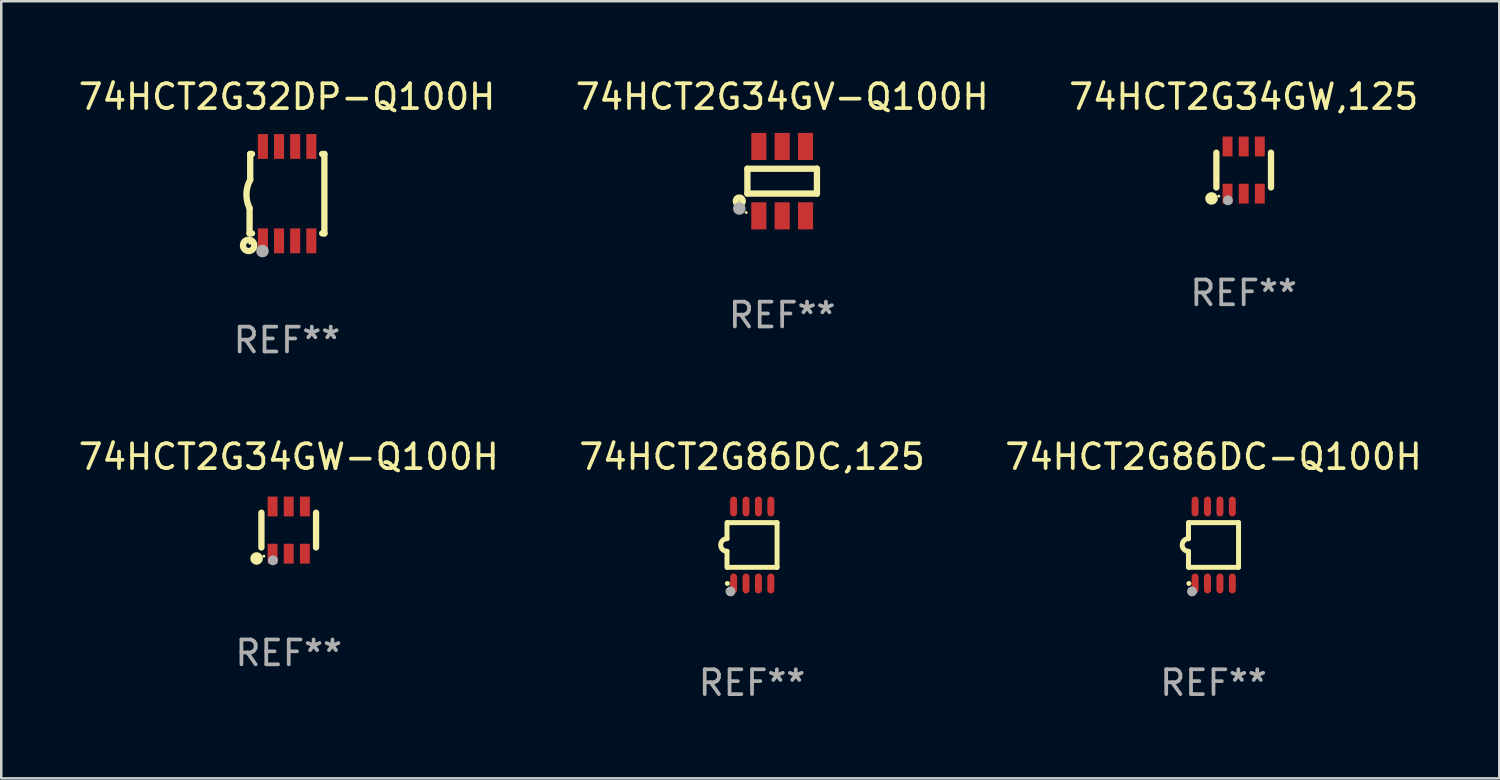
<source format=kicad_pcb>
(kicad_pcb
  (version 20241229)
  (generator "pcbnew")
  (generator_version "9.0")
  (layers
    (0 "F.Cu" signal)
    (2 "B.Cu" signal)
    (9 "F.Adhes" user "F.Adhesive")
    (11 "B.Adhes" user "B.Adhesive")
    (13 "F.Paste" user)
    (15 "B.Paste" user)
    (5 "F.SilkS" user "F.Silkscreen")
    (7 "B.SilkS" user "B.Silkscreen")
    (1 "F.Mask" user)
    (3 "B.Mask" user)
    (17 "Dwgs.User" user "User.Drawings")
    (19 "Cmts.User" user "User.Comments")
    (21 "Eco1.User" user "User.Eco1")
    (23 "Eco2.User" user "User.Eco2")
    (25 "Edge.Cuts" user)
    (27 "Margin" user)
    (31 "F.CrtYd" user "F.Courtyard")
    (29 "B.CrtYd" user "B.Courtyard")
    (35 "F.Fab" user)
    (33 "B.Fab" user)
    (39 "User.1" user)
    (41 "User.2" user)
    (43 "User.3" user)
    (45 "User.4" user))
  (footprint "74HCT2G86DC-Q100H"
    (layer "F.Cu")
    (at 45.815 18.895)
    (property "Reference" "74HCT2G86DC-Q100H" (at 0 -3.55 0) (layer "F.SilkS") (effects (font (size 1 1) (thickness 0.15))))
    (attr through_hole)
    (fp_line (start -1.008 -0.254) (end -1.008 -0.9) (stroke (width 0.2) (type solid)) (layer "F.SilkS"))
    (fp_line (start -1.008 0.254) (end -1.008 0.9) (stroke (width 0.2) (type solid)) (layer "F.SilkS"))
    (fp_line (start -0.992 0.9) (end 1.008 0.9) (stroke (width 0.2) (type solid)) (layer "F.SilkS"))
    (fp_line (start 1.008 -0.9) (end -0.992 -0.9) (stroke (width 0.2) (type solid)) (layer "F.SilkS"))
    (fp_line (start 1.008 0.9) (end 1.008 -0.9) (stroke (width 0.2) (type solid)) (layer "F.SilkS"))
    (fp_arc (start -1.008001 0.254001) (mid -1.262002 0) (end -1.008001 -0.254001) (stroke (width 0.2) (type solid)) (layer "F.SilkS"))
    (fp_circle (center -0.992 1.55) (end -0.942 1.55) (stroke (width 0.1) (type solid)) (fill no) (layer "F.SilkS"))
    (fp_circle (center -0.866 1.87) (end -0.766 1.87) (stroke (width 0.2) (type solid)) (fill no) (layer "F.Fab"))
    (fp_text user "REF**" (at 0 5.55 0) (layer "F.Fab") (effects (font (size 1 1) (thickness 0.15))))
    (pad "1" smd oval (at -0.742 1.55 270) (size 0.8 0.28) (layers "F.Cu" "F.Mask" "F.Paste"))
    (pad "2" smd oval (at -0.242 1.55 270) (size 0.8 0.28) (layers "F.Cu" "F.Mask" "F.Paste"))
    (pad "3" smd oval (at 0.258 1.55 270) (size 0.8 0.28) (layers "F.Cu" "F.Mask" "F.Paste"))
    (pad "4" smd oval (at 0.758 1.55 270) (size 0.8 0.28) (layers "F.Cu" "F.Mask" "F.Paste"))
    (pad "5" smd oval (at 0.758 -1.55 270) (size 0.8 0.28) (layers "F.Cu" "F.Mask" "F.Paste"))
    (pad "6" smd oval (at 0.258 -1.55 270) (size 0.8 0.28) (layers "F.Cu" "F.Mask" "F.Paste"))
    (pad "7" smd oval (at -0.242 -1.55 270) (size 0.8 0.28) (layers "F.Cu" "F.Mask" "F.Paste"))
    (pad "8" smd oval (at -0.742 -1.55 270) (size 0.8 0.28) (layers "F.Cu" "F.Mask" "F.Paste")))
  (footprint "74HCT2G32DP-Q100H"
    (layer "F.Cu")
    (at 8.506 4.748)
    (property "Reference" "74HCT2G32DP-Q100H" (at 0 -3.9 0) (layer "F.SilkS") (effects (font (size 1 1) (thickness 0.15))))
    (attr through_hole)
    (fp_line (start -1.506 1.6) (end -1.506 0.584) (stroke (width 0.254) (type solid)) (layer "F.SilkS"))
    (fp_line (start -1.506 1.6) (end -1.407 1.6) (stroke (width 0.254) (type solid)) (layer "F.SilkS"))
    (fp_line (start -1.481 -1.599) (end -1.481 -0.549) (stroke (width 0.254) (type solid)) (layer "F.SilkS"))
    (fp_line (start -1.481 -1.599) (end -1.407 -1.599) (stroke (width 0.254) (type solid)) (layer "F.SilkS"))
    (fp_line (start 1.417 -1.599) (end 1.506 -1.599) (stroke (width 0.254) (type solid)) (layer "F.SilkS"))
    (fp_line (start 1.417 1.6) (end 1.506 1.6) (stroke (width 0.254) (type solid)) (layer "F.SilkS"))
    (fp_line (start 1.506 1.603) (end 1.506 -1.595) (stroke (width 0.254) (type solid)) (layer "F.SilkS"))
    (fp_arc (start -1.506223 0.584328) (mid -1.632455 0.00974) (end -1.480823 -0.558674) (stroke (width 0.254001) (type solid)) (layer "F.SilkS"))
    (fp_circle (center -1.544 2.083) (end -1.443 2.083) (stroke (width 0.254) (type solid)) (fill no) (layer "F.SilkS"))
    (fp_circle (center -1.495 2) (end -1.465 2) (stroke (width 0.06) (type solid)) (fill no) (layer "F.SilkS"))
    (fp_circle (center -0.986 2.312) (end -0.859 2.312) (stroke (width 0.254) (type solid)) (fill no) (layer "F.Fab"))
    (fp_text user "REF**" (at 0 5.9 0) (layer "F.Fab") (effects (font (size 1 1) (thickness 0.15))))
    (pad "1" smd rect (at -0.97 1.9 90) (size 1 0.406) (layers "F.Cu" "F.Mask" "F.Paste"))
    (pad "2" smd rect (at -0.32 1.9 90) (size 1 0.406) (layers "F.Cu" "F.Mask" "F.Paste"))
    (pad "3" smd rect (at 0.33 1.9 90) (size 1 0.406) (layers "F.Cu" "F.Mask" "F.Paste"))
    (pad "4" smd rect (at 0.98 1.9 90) (size 1 0.406) (layers "F.Cu" "F.Mask" "F.Paste"))
    (pad "5" smd rect (at 0.98 -1.9 90) (size 1 0.406) (layers "F.Cu" "F.Mask" "F.Paste"))
    (pad "6" smd rect (at 0.33 -1.9 90) (size 1 0.406) (layers "F.Cu" "F.Mask" "F.Paste"))
    (pad "7" smd rect (at -0.32 -1.9 90) (size 1 0.406) (layers "F.Cu" "F.Mask" "F.Paste"))
    (pad "8" smd rect (at -0.97 -1.9 90) (size 1 0.406) (layers "F.Cu" "F.Mask" "F.Paste")))
  (footprint "74HCT2G34GW,125"
    (layer "F.Cu")
    (at 47.03 3.798)
    (property "Reference" "74HCT2G34GW,125" (at 0 -2.95 0) (layer "F.SilkS") (effects (font (size 1 1) (thickness 0.15))))
    (attr through_hole)
    (fp_line (start -1.1 -0.7) (end -1.1 0.7) (stroke (width 0.254) (type solid)) (layer "F.SilkS"))
    (fp_line (start 1.1 -0.7) (end 1.1 0.7) (stroke (width 0.254) (type solid)) (layer "F.SilkS"))
    (fp_circle (center -1.295 1.143) (end -1.168 1.143) (stroke (width 0.254) (type solid)) (fill no) (layer "F.SilkS"))
    (fp_circle (center -1 1.05) (end -0.97 1.05) (stroke (width 0.06) (type solid)) (fill no) (layer "F.SilkS"))
    (fp_circle (center -0.635 1.219) (end -0.535 1.219) (stroke (width 0.2) (type solid)) (fill no) (layer "F.Fab"))
    (fp_text user "REF**" (at 0 4.95 0) (layer "F.Fab") (effects (font (size 1 1) (thickness 0.15))))
    (pad "1" smd rect (at -0.65 0.95) (size 0.4 0.8) (layers "F.Cu" "F.Mask" "F.Paste"))
    (pad "2" smd rect (at 0 0.95) (size 0.4 0.8) (layers "F.Cu" "F.Mask" "F.Paste"))
    (pad "3" smd rect (at 0.65 0.95) (size 0.4 0.8) (layers "F.Cu" "F.Mask" "F.Paste"))
    (pad "4" smd rect (at 0.65 -0.95) (size 0.4 0.8) (layers "F.Cu" "F.Mask" "F.Paste"))
    (pad "5" smd rect (at 0 -0.95) (size 0.4 0.8) (layers "F.Cu" "F.Mask" "F.Paste"))
    (pad "6" smd rect (at -0.65 -0.95) (size 0.4 0.8) (layers "F.Cu" "F.Mask" "F.Paste")))
  (footprint "74HCT2G34GV-Q100H"
    (layer "F.Cu")
    (at 28.446 4.245)
    (property "Reference" "74HCT2G34GV-Q100H" (at 0 -3.397 0) (layer "F.SilkS") (effects (font (size 1 1) (thickness 0.15))))
    (attr through_hole)
    (fp_line (start -1.4 -0.501) (end -1.4 0.5) (stroke (width 0.254) (type solid)) (layer "F.SilkS"))
    (fp_line (start -1.4 0.5) (end 1.4 0.5) (stroke (width 0.254) (type solid)) (layer "F.SilkS"))
    (fp_line (start 1.4 -0.501) (end -1.4 -0.501) (stroke (width 0.254) (type solid)) (layer "F.SilkS"))
    (fp_line (start 1.4 0.5) (end 1.4 -0.501) (stroke (width 0.254) (type solid)) (layer "F.SilkS"))
    (fp_circle (center -1.727 0.8) (end -1.585 0.8) (stroke (width 0.254) (type solid)) (fill no) (layer "F.SilkS"))
    (fp_circle (center -1.45 1.263) (end -1.42 1.263) (stroke (width 0.06) (type solid)) (fill no) (layer "F.SilkS"))
    (fp_circle (center -1.727 1.1) (end -1.6 1.1) (stroke (width 0.254) (type solid)) (fill no) (layer "F.Fab"))
    (fp_text user "REF**" (at 0 5.397 0) (layer "F.Fab") (effects (font (size 1 1) (thickness 0.15))))
    (pad "1" smd rect (at -0.94 1.397 180) (size 0.61 1.092) (layers "F.Cu" "F.Mask" "F.Paste"))
    (pad "2" smd rect (at 0.000127 1.397 180) (size 0.61 1.092) (layers "F.Cu" "F.Mask" "F.Paste"))
    (pad "3" smd rect (at 0.94 1.397 180) (size 0.61 1.092) (layers "F.Cu" "F.Mask" "F.Paste"))
    (pad "4" smd rect (at 0.94 -1.397 180) (size 0.61 1.092) (layers "F.Cu" "F.Mask" "F.Paste"))
    (pad "5" smd rect (at 0.000127 -1.397 180) (size 0.61 1.092) (layers "F.Cu" "F.Mask" "F.Paste"))
    (pad "6" smd rect (at -0.94 -1.397 180) (size 0.61 1.092) (layers "F.Cu" "F.Mask" "F.Paste")))
  (footprint "74HCT2G86DC,125"
    (layer "F.Cu")
    (at 27.232 18.895)
    (property "Reference" "74HCT2G86DC,125" (at 0 -3.55 0) (layer "F.SilkS") (effects (font (size 1 1) (thickness 0.15))))
    (attr through_hole)
    (fp_line (start -1.008 -0.254) (end -1.008 -0.9) (stroke (width 0.2) (type solid)) (layer "F.SilkS"))
    (fp_line (start -1.008 0.254) (end -1.008 0.9) (stroke (width 0.2) (type solid)) (layer "F.SilkS"))
    (fp_line (start -0.992 0.9) (end 1.008 0.9) (stroke (width 0.2) (type solid)) (layer "F.SilkS"))
    (fp_line (start 1.008 -0.9) (end -0.992 -0.9) (stroke (width 0.2) (type solid)) (layer "F.SilkS"))
    (fp_line (start 1.008 0.9) (end 1.008 -0.9) (stroke (width 0.2) (type solid)) (layer "F.SilkS"))
    (fp_arc (start -1.008001 0.254001) (mid -1.262002 0) (end -1.008001 -0.254001) (stroke (width 0.2) (type solid)) (layer "F.SilkS"))
    (fp_circle (center -0.992 1.55) (end -0.942 1.55) (stroke (width 0.1) (type solid)) (fill no) (layer "F.SilkS"))
    (fp_circle (center -0.866 1.87) (end -0.766 1.87) (stroke (width 0.2) (type solid)) (fill no) (layer "F.Fab"))
    (fp_text user "REF**" (at 0 5.55 0) (layer "F.Fab") (effects (font (size 1 1) (thickness 0.15))))
    (pad "1" smd oval (at -0.742 1.55 270) (size 0.8 0.28) (layers "F.Cu" "F.Mask" "F.Paste"))
    (pad "2" smd oval (at -0.242 1.55 270) (size 0.8 0.28) (layers "F.Cu" "F.Mask" "F.Paste"))
    (pad "3" smd oval (at 0.258 1.55 270) (size 0.8 0.28) (layers "F.Cu" "F.Mask" "F.Paste"))
    (pad "4" smd oval (at 0.758 1.55 270) (size 0.8 0.28) (layers "F.Cu" "F.Mask" "F.Paste"))
    (pad "5" smd oval (at 0.758 -1.55 270) (size 0.8 0.28) (layers "F.Cu" "F.Mask" "F.Paste"))
    (pad "6" smd oval (at 0.258 -1.55 270) (size 0.8 0.28) (layers "F.Cu" "F.Mask" "F.Paste"))
    (pad "7" smd oval (at -0.242 -1.55 270) (size 0.8 0.28) (layers "F.Cu" "F.Mask" "F.Paste"))
    (pad "8" smd oval (at -0.742 -1.55 270) (size 0.8 0.28) (layers "F.Cu" "F.Mask" "F.Paste")))
  (footprint "74HCT2G34GW-Q100H"
    (layer "F.Cu")
    (at 8.577 18.295)
    (property "Reference" "74HCT2G34GW-Q100H" (at 0 -2.95 0) (layer "F.SilkS") (effects (font (size 1 1) (thickness 0.15))))
    (attr through_hole)
    (fp_line (start -1.1 -0.7) (end -1.1 0.7) (stroke (width 0.254) (type solid)) (layer "F.SilkS"))
    (fp_line (start 1.1 -0.7) (end 1.1 0.7) (stroke (width 0.254) (type solid)) (layer "F.SilkS"))
    (fp_circle (center -1.295 1.143) (end -1.168 1.143) (stroke (width 0.254) (type solid)) (fill no) (layer "F.SilkS"))
    (fp_circle (center -1 1.05) (end -0.97 1.05) (stroke (width 0.06) (type solid)) (fill no) (layer "F.SilkS"))
    (fp_circle (center -0.635 1.219) (end -0.535 1.219) (stroke (width 0.2) (type solid)) (fill no) (layer "F.Fab"))
    (fp_text user "REF**" (at 0 4.95 0) (layer "F.Fab") (effects (font (size 1 1) (thickness 0.15))))
    (pad "1" smd rect (at -0.65 0.95) (size 0.4 0.8) (layers "F.Cu" "F.Mask" "F.Paste"))
    (pad "2" smd rect (at 0 0.95) (size 0.4 0.8) (layers "F.Cu" "F.Mask" "F.Paste"))
    (pad "3" smd rect (at 0.65 0.95) (size 0.4 0.8) (layers "F.Cu" "F.Mask" "F.Paste"))
    (pad "4" smd rect (at 0.65 -0.95) (size 0.4 0.8) (layers "F.Cu" "F.Mask" "F.Paste"))
    (pad "5" smd rect (at 0 -0.95) (size 0.4 0.8) (layers "F.Cu" "F.Mask" "F.Paste"))
    (pad "6" smd rect (at -0.65 -0.95) (size 0.4 0.8) (layers "F.Cu" "F.Mask" "F.Paste")))
  (gr_rect
    (start -3 -3)
    (end 57.321 28.293)
    (stroke (width 0.1) (type default))
    (fill no)
    (layer "Edge.Cuts")))
</source>
